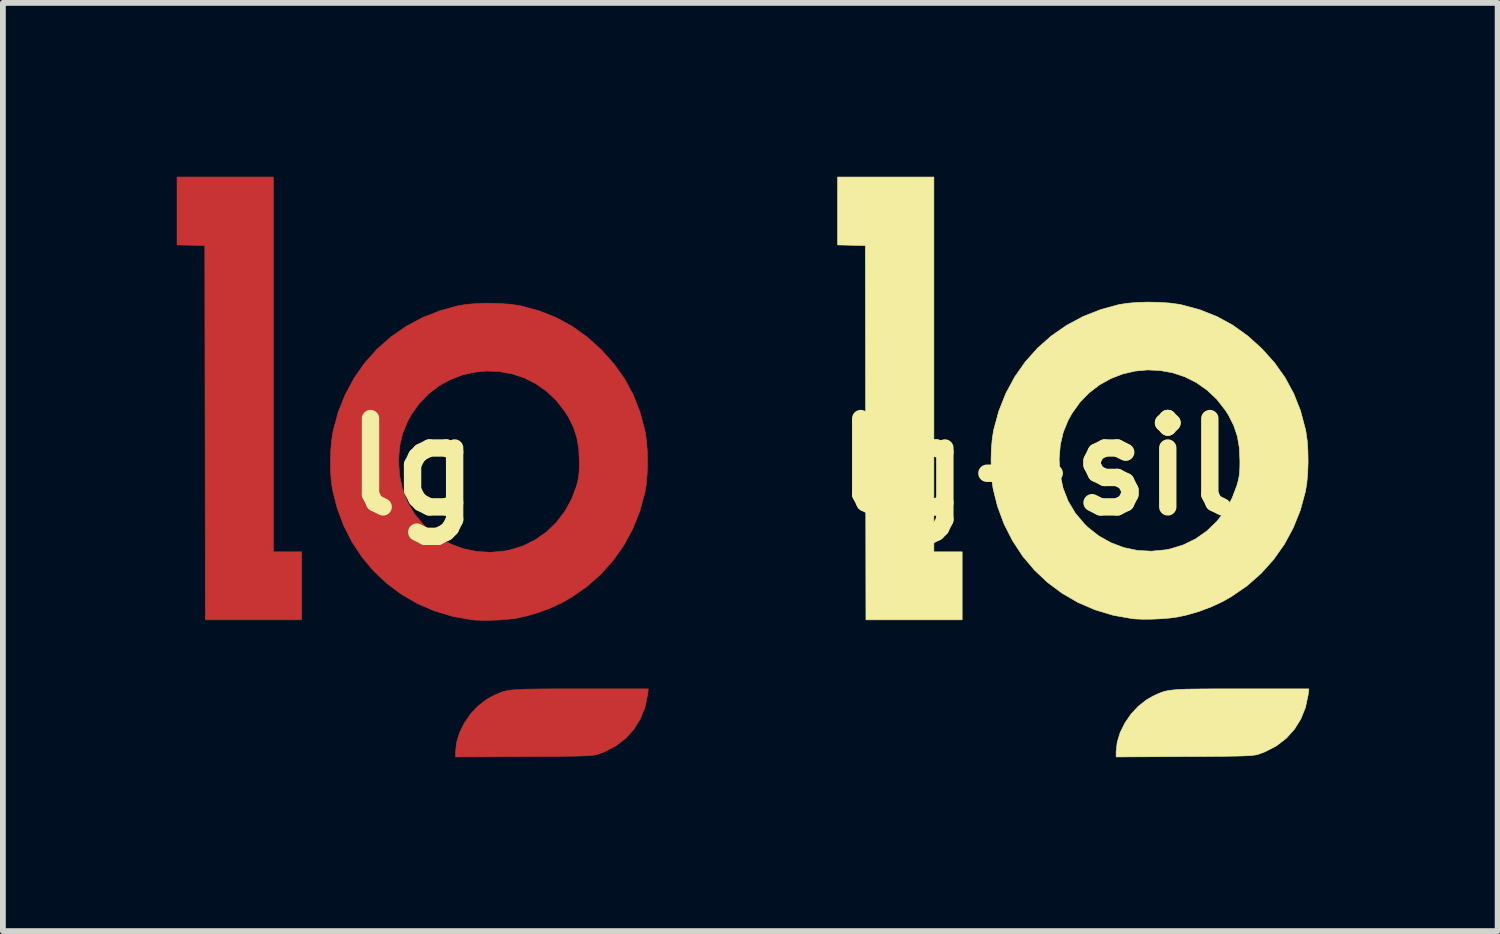
<source format=kicad_pcb>
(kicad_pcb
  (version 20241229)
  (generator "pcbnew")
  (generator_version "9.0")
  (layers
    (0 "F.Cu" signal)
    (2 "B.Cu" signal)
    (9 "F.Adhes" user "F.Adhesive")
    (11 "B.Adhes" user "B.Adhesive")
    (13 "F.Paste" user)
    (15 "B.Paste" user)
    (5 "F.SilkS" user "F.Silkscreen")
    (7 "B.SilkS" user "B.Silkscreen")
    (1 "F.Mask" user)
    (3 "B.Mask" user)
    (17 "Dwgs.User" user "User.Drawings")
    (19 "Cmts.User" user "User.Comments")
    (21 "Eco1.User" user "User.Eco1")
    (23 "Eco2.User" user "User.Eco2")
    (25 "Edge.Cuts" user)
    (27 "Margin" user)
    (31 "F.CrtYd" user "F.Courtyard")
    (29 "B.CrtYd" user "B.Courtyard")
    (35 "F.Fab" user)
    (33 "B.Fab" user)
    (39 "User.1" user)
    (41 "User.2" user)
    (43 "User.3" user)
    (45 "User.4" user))
  (footprint "lg"
    (layer "F.Cu")
    (at 4.069 5.007)
    (property "Reference" "lg" (at 0 0 0) (layer "F.SilkS") (effects (font (size 1.524 1.524) (thickness 0.3))))
    (attr through_hole)
    (fp_poly (pts (xy -2.403 1.465) (xy -1.915 1.465) (xy -1.915 2.638) (xy -3.575 2.638) (xy -3.58 -0.591) (xy -3.585 -3.82) (xy -4.064 -3.831) (xy -4.064 -5.002) (xy -2.403 -5.002) (xy -2.403 1.465)) (stroke (width 0.01) (type solid)) (fill yes) (layer "F.Cu"))
    (fp_poly (pts (xy 4.055 3.932) (xy 4.009 4.15) (xy 3.929 4.349) (xy 3.818 4.527) (xy 3.677 4.683) (xy 3.508 4.813) (xy 3.312 4.915) (xy 3.204 4.955) (xy 3.179 4.963) (xy 3.15 4.969) (xy 3.115 4.974) (xy 3.069 4.979) (xy 3.009 4.983) (xy 2.933 4.986) (xy 2.838 4.989) (xy 2.72 4.991) (xy 2.576 4.993) (xy 2.402 4.994) (xy 2.197 4.996) (xy 1.956 4.997) (xy 1.92 4.997) (xy 0.742 5.004) (xy 0.742 4.913) (xy 0.761 4.749) (xy 0.812 4.582) (xy 0.893 4.419) (xy 0.998 4.266) (xy 1.124 4.131) (xy 1.266 4.019) (xy 1.369 3.96) (xy 1.422 3.934) (xy 1.47 3.912) (xy 1.517 3.893) (xy 1.564 3.877) (xy 1.617 3.864) (xy 1.678 3.854) (xy 1.75 3.846) (xy 1.837 3.84) (xy 1.943 3.835) (xy 2.07 3.833) (xy 2.223 3.831) (xy 2.403 3.83) (xy 2.616 3.83) (xy 2.864 3.83) (xy 4.068 3.83) (xy 4.055 3.932)) (stroke (width 0.01) (type solid)) (fill yes) (layer "F.Cu"))
    (fp_poly (pts (xy 1.481 -2.821) (xy 1.664 -2.809) (xy 1.827 -2.787) (xy 1.875 -2.777) (xy 2.189 -2.692) (xy 2.481 -2.576) (xy 2.754 -2.427) (xy 3.011 -2.243) (xy 3.254 -2.024) (xy 3.473 -1.78) (xy 3.657 -1.522) (xy 3.806 -1.247) (xy 3.922 -0.952) (xy 4.007 -0.636) (xy 4.017 -0.587) (xy 4.038 -0.432) (xy 4.051 -0.253) (xy 4.053 -0.062) (xy 4.047 0.129) (xy 4.031 0.306) (xy 4.008 0.443) (xy 3.921 0.764) (xy 3.799 1.068) (xy 3.645 1.353) (xy 3.459 1.616) (xy 3.244 1.855) (xy 3.001 2.069) (xy 2.732 2.255) (xy 2.576 2.343) (xy 2.387 2.431) (xy 2.178 2.51) (xy 1.967 2.572) (xy 1.807 2.607) (xy 1.67 2.626) (xy 1.515 2.639) (xy 1.353 2.646) (xy 1.198 2.647) (xy 1.063 2.641) (xy 1.016 2.636) (xy 0.689 2.578) (xy 0.378 2.484) (xy 0.084 2.358) (xy -0.189 2.2) (xy -0.44 2.013) (xy -0.668 1.799) (xy -0.87 1.559) (xy -1.045 1.294) (xy -1.19 1.008) (xy -1.304 0.701) (xy -1.38 0.399) (xy -1.402 0.254) (xy -1.414 0.082) (xy -1.417 -0.102) (xy -1.416 -0.108) (xy -0.241 -0.108) (xy -0.225 0.147) (xy -0.174 0.385) (xy -0.087 0.608) (xy 0.035 0.813) (xy 0.191 1) (xy 0.254 1.061) (xy 0.443 1.21) (xy 0.651 1.327) (xy 0.875 1.411) (xy 1.11 1.46) (xy 1.351 1.473) (xy 1.594 1.45) (xy 1.674 1.434) (xy 1.903 1.364) (xy 2.116 1.259) (xy 2.309 1.123) (xy 2.48 0.959) (xy 2.625 0.77) (xy 2.743 0.558) (xy 2.825 0.341) (xy 2.848 0.258) (xy 2.863 0.185) (xy 2.872 0.108) (xy 2.877 0.017) (xy 2.878 -0.088) (xy 2.868 -0.31) (xy 2.834 -0.507) (xy 2.774 -0.69) (xy 2.685 -0.867) (xy 2.63 -0.954) (xy 2.481 -1.146) (xy 2.311 -1.307) (xy 2.125 -1.437) (xy 1.926 -1.537) (xy 1.717 -1.606) (xy 1.501 -1.645) (xy 1.284 -1.655) (xy 1.067 -1.635) (xy 0.854 -1.585) (xy 0.649 -1.506) (xy 0.456 -1.399) (xy 0.277 -1.262) (xy 0.117 -1.097) (xy -0.022 -0.903) (xy -0.085 -0.788) (xy -0.17 -0.582) (xy -0.222 -0.364) (xy -0.241 -0.127) (xy -0.241 -0.108) (xy -1.416 -0.108) (xy -1.411 -0.288) (xy -1.396 -0.461) (xy -1.373 -0.611) (xy -1.371 -0.62) (xy -1.283 -0.945) (xy -1.161 -1.25) (xy -1.008 -1.534) (xy -0.825 -1.795) (xy -0.614 -2.031) (xy -0.377 -2.241) (xy -0.115 -2.423) (xy 0.17 -2.576) (xy 0.477 -2.697) (xy 0.777 -2.779) (xy 0.925 -2.804) (xy 1.1 -2.819) (xy 1.289 -2.825) (xy 1.481 -2.821)) (stroke (width 0.01) (type solid)) (fill yes) (layer "F.Cu"))
    (fp_poly (pts (xy -2.403 1.465) (xy -1.915 1.465) (xy -1.915 2.638) (xy -3.575 2.638) (xy -3.58 -0.591) (xy -3.585 -3.82) (xy -4.064 -3.831) (xy -4.064 -5.002) (xy -2.403 -5.002) (xy -2.403 1.465)) (stroke (width 0.01) (type solid)) (fill yes) (layer "F.Mask"))
    (fp_poly (pts (xy 4.055 3.932) (xy 4.009 4.15) (xy 3.929 4.349) (xy 3.818 4.527) (xy 3.677 4.683) (xy 3.508 4.813) (xy 3.312 4.915) (xy 3.204 4.955) (xy 3.179 4.963) (xy 3.15 4.969) (xy 3.115 4.974) (xy 3.069 4.979) (xy 3.009 4.983) (xy 2.933 4.986) (xy 2.838 4.989) (xy 2.72 4.991) (xy 2.576 4.993) (xy 2.402 4.994) (xy 2.197 4.996) (xy 1.956 4.997) (xy 1.92 4.997) (xy 0.742 5.004) (xy 0.742 4.913) (xy 0.761 4.749) (xy 0.812 4.582) (xy 0.893 4.419) (xy 0.998 4.266) (xy 1.124 4.131) (xy 1.266 4.019) (xy 1.369 3.96) (xy 1.422 3.934) (xy 1.47 3.912) (xy 1.517 3.893) (xy 1.564 3.877) (xy 1.617 3.864) (xy 1.678 3.854) (xy 1.75 3.846) (xy 1.837 3.84) (xy 1.943 3.835) (xy 2.07 3.833) (xy 2.223 3.831) (xy 2.403 3.83) (xy 2.616 3.83) (xy 2.864 3.83) (xy 4.068 3.83) (xy 4.055 3.932)) (stroke (width 0.01) (type solid)) (fill yes) (layer "F.Mask"))
    (fp_poly (pts (xy 1.481 -2.84) (xy 1.664 -2.828) (xy 1.827 -2.806) (xy 1.875 -2.796) (xy 2.189 -2.711) (xy 2.481 -2.595) (xy 2.754 -2.446) (xy 3.011 -2.262) (xy 3.254 -2.043) (xy 3.474 -1.799) (xy 3.657 -1.541) (xy 3.806 -1.266) (xy 3.923 -0.971) (xy 4.007 -0.655) (xy 4.017 -0.606) (xy 4.039 -0.451) (xy 4.051 -0.272) (xy 4.054 -0.08) (xy 4.047 0.11) (xy 4.031 0.287) (xy 4.008 0.424) (xy 3.921 0.745) (xy 3.799 1.049) (xy 3.645 1.334) (xy 3.459 1.597) (xy 3.245 1.836) (xy 3.002 2.05) (xy 2.732 2.236) (xy 2.577 2.324) (xy 2.388 2.412) (xy 2.179 2.491) (xy 1.967 2.553) (xy 1.807 2.588) (xy 1.671 2.607) (xy 1.515 2.62) (xy 1.353 2.627) (xy 1.198 2.628) (xy 1.063 2.622) (xy 1.016 2.617) (xy 0.689 2.559) (xy 0.378 2.465) (xy 0.085 2.339) (xy -0.188 2.181) (xy -0.44 1.994) (xy -0.667 1.78) (xy -0.87 1.54) (xy -1.044 1.275) (xy -1.19 0.989) (xy -1.304 0.682) (xy -1.38 0.38) (xy -1.401 0.235) (xy -1.413 0.063) (xy -1.416 -0.121) (xy -1.416 -0.127) (xy -0.241 -0.127) (xy -0.225 0.128) (xy -0.174 0.366) (xy -0.087 0.589) (xy 0.035 0.794) (xy 0.192 0.981) (xy 0.254 1.042) (xy 0.443 1.191) (xy 0.652 1.308) (xy 0.875 1.392) (xy 1.11 1.441) (xy 1.351 1.454) (xy 1.594 1.431) (xy 1.675 1.415) (xy 1.903 1.345) (xy 2.116 1.24) (xy 2.309 1.104) (xy 2.48 0.94) (xy 2.626 0.751) (xy 2.743 0.539) (xy 2.825 0.322) (xy 2.848 0.239) (xy 2.863 0.166) (xy 2.873 0.089) (xy 2.877 -0.002) (xy 2.878 -0.107) (xy 2.868 -0.329) (xy 2.834 -0.526) (xy 2.774 -0.709) (xy 2.685 -0.886) (xy 2.631 -0.973) (xy 2.481 -1.165) (xy 2.311 -1.326) (xy 2.125 -1.456) (xy 1.926 -1.556) (xy 1.717 -1.625) (xy 1.502 -1.664) (xy 1.284 -1.674) (xy 1.067 -1.654) (xy 0.854 -1.604) (xy 0.65 -1.525) (xy 0.456 -1.417) (xy 0.278 -1.281) (xy 0.117 -1.116) (xy -0.021 -0.922) (xy -0.085 -0.807) (xy -0.17 -0.601) (xy -0.221 -0.383) (xy -0.241 -0.146) (xy -0.241 -0.127) (xy -1.416 -0.127) (xy -1.411 -0.307) (xy -1.396 -0.48) (xy -1.373 -0.63) (xy -1.371 -0.639) (xy -1.282 -0.964) (xy -1.161 -1.269) (xy -1.008 -1.553) (xy -0.825 -1.814) (xy -0.614 -2.05) (xy -0.377 -2.26) (xy -0.115 -2.442) (xy 0.17 -2.595) (xy 0.477 -2.716) (xy 0.777 -2.798) (xy 0.926 -2.823) (xy 1.1 -2.838) (xy 1.289 -2.844) (xy 1.481 -2.84)) (stroke (width 0.01) (type solid)) (fill yes) (layer "F.Mask")))
  (footprint "lg-silk"
    (layer "F.Cu")
    (at 15.467 5.007)
    (property "Reference" "lg-silk" (at 0 0 0) (layer "F.SilkS") (effects (font (size 1.524 1.524) (thickness 0.3))))
    (attr through_hole)
    (fp_poly (pts (xy -2.403 1.465) (xy -1.915 1.465) (xy -1.915 2.638) (xy -3.575 2.638) (xy -3.58 -0.591) (xy -3.585 -3.82) (xy -4.064 -3.831) (xy -4.064 -5.002) (xy -2.403 -5.002) (xy -2.403 1.465)) (stroke (width 0.01) (type solid)) (fill yes) (layer "F.SilkS"))
    (fp_poly (pts (xy 4.055 3.932) (xy 4.009 4.15) (xy 3.929 4.349) (xy 3.818 4.527) (xy 3.677 4.683) (xy 3.508 4.813) (xy 3.312 4.915) (xy 3.204 4.955) (xy 3.179 4.963) (xy 3.15 4.969) (xy 3.115 4.974) (xy 3.069 4.979) (xy 3.009 4.983) (xy 2.933 4.986) (xy 2.838 4.989) (xy 2.72 4.991) (xy 2.576 4.993) (xy 2.402 4.994) (xy 2.197 4.996) (xy 1.956 4.997) (xy 1.92 4.997) (xy 0.742 5.004) (xy 0.742 4.913) (xy 0.761 4.749) (xy 0.812 4.582) (xy 0.893 4.419) (xy 0.998 4.266) (xy 1.124 4.131) (xy 1.266 4.019) (xy 1.369 3.96) (xy 1.422 3.934) (xy 1.47 3.912) (xy 1.517 3.893) (xy 1.564 3.877) (xy 1.617 3.864) (xy 1.678 3.854) (xy 1.75 3.846) (xy 1.837 3.84) (xy 1.943 3.835) (xy 2.07 3.833) (xy 2.223 3.831) (xy 2.403 3.83) (xy 2.616 3.83) (xy 2.864 3.83) (xy 4.068 3.83) (xy 4.055 3.932)) (stroke (width 0.01) (type solid)) (fill yes) (layer "F.SilkS"))
    (fp_poly (pts (xy 1.481 -2.84) (xy 1.664 -2.828) (xy 1.827 -2.806) (xy 1.875 -2.796) (xy 2.189 -2.711) (xy 2.481 -2.595) (xy 2.754 -2.446) (xy 3.011 -2.262) (xy 3.254 -2.043) (xy 3.474 -1.799) (xy 3.657 -1.541) (xy 3.806 -1.266) (xy 3.923 -0.971) (xy 4.007 -0.655) (xy 4.017 -0.606) (xy 4.039 -0.451) (xy 4.051 -0.272) (xy 4.054 -0.08) (xy 4.047 0.11) (xy 4.031 0.287) (xy 4.008 0.424) (xy 3.921 0.745) (xy 3.799 1.049) (xy 3.645 1.334) (xy 3.459 1.597) (xy 3.245 1.836) (xy 3.002 2.05) (xy 2.732 2.236) (xy 2.577 2.324) (xy 2.388 2.412) (xy 2.179 2.491) (xy 1.967 2.553) (xy 1.807 2.588) (xy 1.671 2.607) (xy 1.515 2.62) (xy 1.353 2.627) (xy 1.198 2.628) (xy 1.063 2.622) (xy 1.016 2.617) (xy 0.689 2.559) (xy 0.378 2.465) (xy 0.085 2.339) (xy -0.188 2.181) (xy -0.44 1.994) (xy -0.667 1.78) (xy -0.87 1.54) (xy -1.044 1.275) (xy -1.19 0.989) (xy -1.304 0.682) (xy -1.38 0.38) (xy -1.401 0.235) (xy -1.413 0.063) (xy -1.416 -0.121) (xy -1.416 -0.127) (xy -0.241 -0.127) (xy -0.225 0.128) (xy -0.174 0.366) (xy -0.087 0.589) (xy 0.035 0.794) (xy 0.192 0.981) (xy 0.254 1.042) (xy 0.443 1.191) (xy 0.652 1.308) (xy 0.875 1.392) (xy 1.11 1.441) (xy 1.351 1.454) (xy 1.594 1.431) (xy 1.675 1.415) (xy 1.903 1.345) (xy 2.116 1.24) (xy 2.309 1.104) (xy 2.48 0.94) (xy 2.626 0.751) (xy 2.743 0.539) (xy 2.825 0.322) (xy 2.848 0.239) (xy 2.863 0.166) (xy 2.873 0.089) (xy 2.877 -0.002) (xy 2.878 -0.107) (xy 2.868 -0.329) (xy 2.834 -0.526) (xy 2.774 -0.709) (xy 2.685 -0.886) (xy 2.631 -0.973) (xy 2.481 -1.165) (xy 2.311 -1.326) (xy 2.125 -1.456) (xy 1.926 -1.556) (xy 1.717 -1.625) (xy 1.502 -1.664) (xy 1.284 -1.674) (xy 1.067 -1.654) (xy 0.854 -1.604) (xy 0.65 -1.525) (xy 0.456 -1.417) (xy 0.278 -1.281) (xy 0.117 -1.116) (xy -0.021 -0.922) (xy -0.085 -0.807) (xy -0.17 -0.601) (xy -0.221 -0.383) (xy -0.241 -0.146) (xy -0.241 -0.127) (xy -1.416 -0.127) (xy -1.411 -0.307) (xy -1.396 -0.48) (xy -1.373 -0.63) (xy -1.371 -0.639) (xy -1.282 -0.964) (xy -1.161 -1.269) (xy -1.008 -1.553) (xy -0.825 -1.814) (xy -0.614 -2.05) (xy -0.377 -2.26) (xy -0.115 -2.442) (xy 0.17 -2.595) (xy 0.477 -2.716) (xy 0.777 -2.798) (xy 0.926 -2.823) (xy 1.1 -2.838) (xy 1.289 -2.844) (xy 1.481 -2.84)) (stroke (width 0.01) (type solid)) (fill yes) (layer "F.SilkS")))
  (gr_rect
    (start -3 -3)
    (end 22.792 13.016)
    (stroke (width 0.1) (type default))
    (fill no)
    (layer "Edge.Cuts")))
</source>
